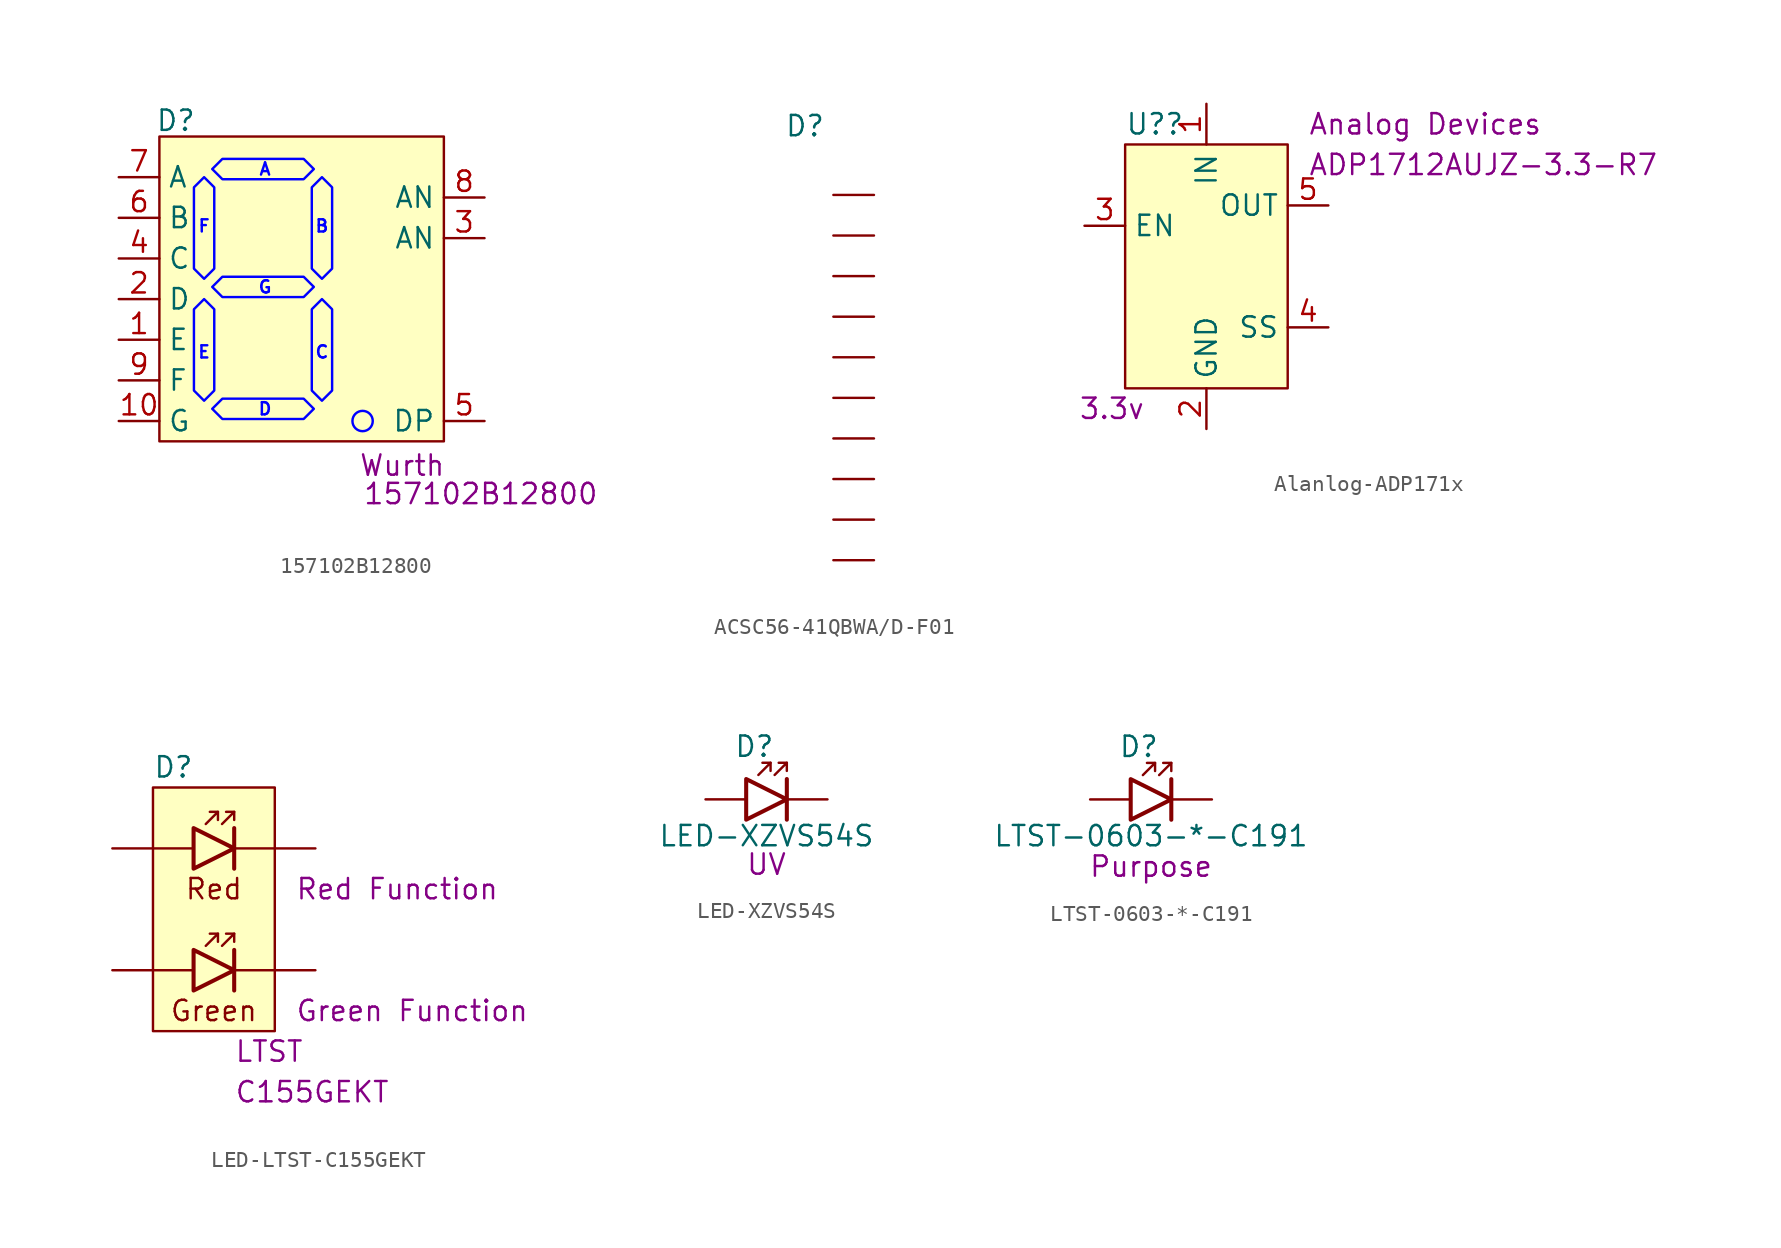
<source format=kicad_sym>
(kicad_symbol_lib
  (version 20231120)
  (generator "kicad_symbol_editor")
  (generator_version "8.0")
  (symbol "157102B12800"
    (property "Reference" "D"
      (at -9.144 10.414 0)
      (effects (font (size 1.27 1.27)) (justify left bottom)))
    (property "Value" ""
      (at -11.43 -2.54 0)
      (effects (font (size 1.27 1.27))))
    (property "Manufacturer" "Wurth"
      (at 3.556 -9.652 0)
      (effects (font (size 1.27 1.27)) (justify left top)))
    (property "MPN" "157102B12800"
      (at 3.81 -11.43 0)
      (effects (font (size 1.27 1.27)) (justify left top)))
    (symbol "157102B12800_0_0"
      (pin unspecified line (at -11.43 -2.54 0) (length 2.54) (name "E" (effects (font (size 1.27 1.27)))) (number "1" (effects (font (size 1.27 1.27)))))
      (pin unspecified line (at -11.43 -7.62 0) (length 2.54) (name "G" (effects (font (size 1.27 1.27)))) (number "10" (effects (font (size 1.27 1.27)))))
      (pin unspecified line (at -11.43 0 0) (length 2.54) (name "D" (effects (font (size 1.27 1.27)))) (number "2" (effects (font (size 1.27 1.27)))))
      (pin unspecified line (at -11.43 2.54 0) (length 2.54) (name "C" (effects (font (size 1.27 1.27)))) (number "4" (effects (font (size 1.27 1.27)))))
      (pin unspecified line (at 11.43 -7.62 180) (length 2.54) (name "DP" (effects (font (size 1.27 1.27)))) (number "5" (effects (font (size 1.27 1.27)))))
      (pin unspecified line (at -11.43 5.08 0) (length 2.54) (name "B" (effects (font (size 1.27 1.27)))) (number "6" (effects (font (size 1.27 1.27)))))
      (pin unspecified line (at -11.43 -5.08 0) (length 2.54) (name "F" (effects (font (size 1.27 1.27)))) (number "9" (effects (font (size 1.27 1.27))))))
    (symbol "157102B12800_0_1"
      (polyline (pts (xy -6.096 -6.35) (xy -6.731 -5.715) (xy -6.731 -0.635) (xy -6.096 0) (xy -5.461 -0.635) (xy -5.461 -5.715) (xy -6.096 -6.35)) (stroke (width 0) (type default) (color 0 0 255 1)) (fill (type none)))
      (polyline (pts (xy -6.096 1.27) (xy -6.731 1.905) (xy -6.731 6.985) (xy -6.096 7.62) (xy -5.461 6.985) (xy -5.461 1.905) (xy -6.096 1.27)) (stroke (width 0) (type default) (color 0 0 255 1)) (fill (type none)))
      (polyline (pts (xy -5.588 -6.858) (xy -4.953 -6.223) (xy 0.127 -6.223) (xy 0.762 -6.858) (xy 0.127 -7.493) (xy -4.953 -7.493) (xy -5.588 -6.858)) (stroke (width 0) (type default) (color 0 0 255 1)) (fill (type none)))
      (polyline (pts (xy -5.588 0.762) (xy -4.953 1.397) (xy 0.127 1.397) (xy 0.762 0.762) (xy 0.127 0.127) (xy -4.953 0.127) (xy -5.588 0.762)) (stroke (width 0) (type default) (color 0 0 255 1)) (fill (type none)))
      (polyline (pts (xy -5.588 8.128) (xy -4.953 8.763) (xy 0.127 8.763) (xy 0.762 8.128) (xy 0.127 7.493) (xy -4.953 7.493) (xy -5.588 8.128)) (stroke (width 0) (type default) (color 0 0 255 1)) (fill (type none)))
      (polyline (pts (xy 1.27 -6.35) (xy 0.635 -5.715) (xy 0.635 -0.635) (xy 1.27 0) (xy 1.905 -0.635) (xy 1.905 -5.715) (xy 1.27 -6.35)) (stroke (width 0) (type default) (color 0 0 255 1)) (fill (type none)))
      (polyline (pts (xy 1.27 1.27) (xy 0.635 1.905) (xy 0.635 6.985) (xy 1.27 7.62) (xy 1.905 6.985) (xy 1.905 1.905) (xy 1.27 1.27)) (stroke (width 0) (type default) (color 0 0 255 1)) (fill (type none)))
      (circle (center 3.81 -7.62) (radius 0.635) (stroke (width 0) (type default) (color 0 0 255 1)) (fill (type none))))
    (symbol "157102B12800_1_0"
      (pin unspecified line (at 11.43 3.81 180) (length 2.54) (name "AN" (effects (font (size 1.27 1.27)))) (number "3" (effects (font (size 1.27 1.27)))))
      (pin unspecified line (at -11.43 7.62 0) (length 2.54) (name "A" (effects (font (size 1.27 1.27)))) (number "7" (effects (font (size 1.27 1.27)))))
      (pin unspecified line (at 11.43 6.35 180) (length 2.54) (name "AN" (effects (font (size 1.27 1.27)))) (number "8" (effects (font (size 1.27 1.27))))))
    (symbol "157102B12800_1_1"
      (rectangle (start -8.89 10.16) (end 8.89 -8.89) (stroke (width 0) (type default)) (fill (type background)))
      (text "A" (at -2.286 8.128 0) (effects (font (size 0.762 0.762) (color 0 0 255 1))))
      (text "B" (at 1.27 4.572 0) (effects (font (size 0.762 0.762) (color 0 0 255 1))))
      (text "C" (at 1.27 -3.302 0) (effects (font (size 0.762 0.762) (color 0 0 255 1))))
      (text "D" (at -2.286 -6.858 0) (effects (font (size 0.762 0.762) (color 0 0 255 1))))
      (text "E\n" (at -6.096 -3.302 0) (effects (font (size 0.762 0.762) (color 0 0 255 1))))
      (text "F" (at -6.096 4.572 0) (effects (font (size 0.762 0.762) (color 0 0 255 1))))
      (text "G" (at -2.286 0.762 0) (effects (font (size 0.762 0.762) (color 0 0 255 1))))))
  (symbol "ACSC56-41QBWA/D-F01"
    (property "Reference" "D"
      (at -1.778 4.318 0)
      (effects (font (size 1.27 1.27))))
    (property "Value" ""
      (at 0 0 0)
      (effects (font (size 1.27 1.27))))
    (symbol "ACSC56-41QBWA/D-F01_0_0"
      (pin unspecified line (at 0 -22.86 0) (length 2.54) (name "" (effects (font (size 1.27 1.27)))) (number "" (effects (font (size 1.27 1.27)))))
      (pin unspecified line (at 0 -20.32 0) (length 2.54) (name "" (effects (font (size 1.27 1.27)))) (number "" (effects (font (size 1.27 1.27)))))
      (pin unspecified line (at 0 -17.78 0) (length 2.54) (name "" (effects (font (size 1.27 1.27)))) (number "" (effects (font (size 1.27 1.27)))))
      (pin unspecified line (at 0 -15.24 0) (length 2.54) (name "" (effects (font (size 1.27 1.27)))) (number "" (effects (font (size 1.27 1.27)))))
      (pin unspecified line (at 0 -12.7 0) (length 2.54) (name "" (effects (font (size 1.27 1.27)))) (number "" (effects (font (size 1.27 1.27)))))
      (pin unspecified line (at 0 -10.16 0) (length 2.54) (name "" (effects (font (size 1.27 1.27)))) (number "" (effects (font (size 1.27 1.27)))))
      (pin unspecified line (at 0 -7.62 0) (length 2.54) (name "" (effects (font (size 1.27 1.27)))) (number "" (effects (font (size 1.27 1.27)))))
      (pin unspecified line (at 0 -5.08 0) (length 2.54) (name "" (effects (font (size 1.27 1.27)))) (number "" (effects (font (size 1.27 1.27)))))
      (pin unspecified line (at 0 -2.54 0) (length 2.54) (name "" (effects (font (size 1.27 1.27)))) (number "" (effects (font (size 1.27 1.27)))))
      (pin unspecified line (at 0 0 0) (length 2.54) (name "" (effects (font (size 1.27 1.27)))) (number "" (effects (font (size 1.27 1.27)))))))
  (symbol "Alanlog-ADP171x"
    (property "Reference" "U?"
      (at -5.08 8.89 0)
      (effects (font (size 1.27 1.27)) (justify left)))
    (property "Manufacturer" "Analog Devices"
      (at 6.35 8.89 0)
      (effects (font (size 1.27 1.27)) (justify left)))
    (property "MPN" "ADP1712AUJZ-3.3-R7"
      (at 6.35 6.35 0)
      (effects (font (size 1.27 1.27)) (justify left)))
    (property "Voltage" "3.3v"
      (at -3.81 -8.89 0)
      (effects (font (size 1.27 1.27)) (justify right)))
    (symbol "Alanlog-ADP171x_0_0"
      (pin power_in line (at 0 10.16 270) (length 2.54) (name "IN" (effects (font (size 1.27 1.27)))) (number "1" (effects (font (size 1.27 1.27)))))
      (pin power_in line (at 0 -10.16 90) (length 2.54) (name "GND" (effects (font (size 1.27 1.27)))) (number "2" (effects (font (size 1.27 1.27)))))
      (pin input line (at -7.62 2.54 0) (length 2.54) (name "EN" (effects (font (size 1.27 1.27)))) (number "3" (effects (font (size 1.27 1.27)))))
      (pin bidirectional line (at 7.62 -3.81 180) (length 2.54) (name "SS" (effects (font (size 1.27 1.27)))) (number "4" (effects (font (size 1.27 1.27)))))
      (pin power_out line (at 7.62 3.81 180) (length 2.54) (name "OUT" (effects (font (size 1.27 1.27)))) (number "5" (effects (font (size 1.27 1.27))))))
    (symbol "Alanlog-ADP171x_0_1"
      (rectangle (start -5.08 7.62) (end 5.08 -7.62) (stroke (width 0.152) (type default)) (fill (type background)))))
  (symbol "LED-LTST-C155GEKT"
    (pin_numbers hide)
    (pin_names hide)
    (property "Reference" "D"
      (at -3.81 8.89 0)
      (effects (font (size 1.27 1.27)) (justify left)))
    (property "Red" "Red Function"
      (at 5.08 1.27 0)
      (effects (font (size 1.27 1.27)) (justify left)))
    (property "Green" "Green Function"
      (at 5.08 -6.35 0)
      (effects (font (size 1.27 1.27)) (justify left)))
    (property "Manufacturer" "LTST"
      (at 1.27 -8.89 0)
      (effects (font (size 1.27 1.27)) (justify left)))
    (property "MPN" "C155GEKT"
      (at 1.27 -11.43 0)
      (effects (font (size 1.27 1.27)) (justify left)))
    (symbol "LED-LTST-C155GEKT_0_0"
      (rectangle (start -3.81 7.62) (end 3.81 -7.62) (stroke (width 0) (type default)) (fill (type background)))
      (text "Green" (at 0 -6.35 0) (effects (font (size 1.27 1.27))))
      (text "Red" (at 0 1.27 0) (effects (font (size 1.27 1.27)))))
    (symbol "LED-LTST-C155GEKT_0_1"
      (polyline (pts (xy 1.27 -1.524) (xy 0.762 -1.524)) (stroke (width 0) (type default)) (fill (type none)))
      (polyline (pts (xy 1.27 6.096) (xy 0.762 6.096)) (stroke (width 0) (type default)) (fill (type none)))
      (polyline (pts (xy 0.508 -2.286) (xy 1.27 -1.524) (xy 1.27 -2.032)) (stroke (width 0) (type default)) (fill (type none)))
      (polyline (pts (xy 0.508 5.334) (xy 1.27 6.096) (xy 1.27 5.588)) (stroke (width 0) (type default)) (fill (type none))))
    (symbol "LED-LTST-C155GEKT_1_1"
      (polyline (pts (xy 0.254 -1.524) (xy -0.254 -1.524)) (stroke (width 0) (type default)) (fill (type none)))
      (polyline (pts (xy 0.254 6.096) (xy -0.254 6.096)) (stroke (width 0) (type default)) (fill (type none)))
      (polyline (pts (xy 1.27 -5.08) (xy 1.27 -2.54)) (stroke (width 0.254) (type default)) (fill (type none)))
      (polyline (pts (xy 1.27 2.54) (xy 1.27 5.08)) (stroke (width 0.254) (type default)) (fill (type none)))
      (polyline (pts (xy -0.508 -2.286) (xy 0.254 -1.524) (xy 0.254 -2.032)) (stroke (width 0) (type default)) (fill (type none)))
      (polyline (pts (xy -0.508 5.334) (xy 0.254 6.096) (xy 0.254 5.588)) (stroke (width 0) (type default)) (fill (type none)))
      (polyline (pts (xy -1.27 -2.54) (xy 1.27 -3.81) (xy -1.27 -5.08) (xy -1.27 -2.54)) (stroke (width 0.254) (type default)) (fill (type none)))
      (polyline (pts (xy -1.27 5.08) (xy 1.27 3.81) (xy -1.27 2.54) (xy -1.27 5.08)) (stroke (width 0.254) (type default)) (fill (type none)))
      (pin passive line (at -6.35 3.81 0) (length 5.08) (name "" (effects (font (size 1.27 1.27)))) (number "1" (effects (font (size 1.27 1.27)))))
      (pin passive line (at -6.35 -3.81 0) (length 5.08) (name "" (effects (font (size 1.27 1.27)))) (number "2" (effects (font (size 1.27 1.27)))))
      (pin passive line (at 6.35 3.81 180) (length 5.08) (name "" (effects (font (size 1.27 1.27)))) (number "3" (effects (font (size 1.27 1.27)))))
      (pin passive line (at 6.35 -3.81 180) (length 5.08) (name "" (effects (font (size 1.27 1.27)))) (number "4" (effects (font (size 1.27 1.27)))))))
  (symbol "LED-XZVS54S"
    (pin_numbers hide)
    (pin_names
      (offset 1.016) hide)
    (property "Reference" "D"
      (at -0.762 3.302 0)
      (effects (font (size 1.27 1.27))))
    (property "Value" "LED-XZVS54S"
      (at 0 -2.286 0)
      (effects (font (size 1.27 1.27))))
    (property "Color" "UV"
      (at 0 -4.064 0)
      (effects (font (size 1.27 1.27))))
    (symbol "LED-XZVS54S_0_1"
      (polyline (pts (xy 1.27 2.286) (xy 0.762 2.286)) (stroke (width 0) (type default)) (fill (type none)))
      (polyline (pts (xy 0.508 1.524) (xy 1.27 2.286) (xy 1.27 1.778)) (stroke (width 0) (type default)) (fill (type none))))
    (symbol "LED-XZVS54S_1_1"
      (polyline (pts (xy 0.254 2.286) (xy -0.254 2.286)) (stroke (width 0) (type default)) (fill (type none)))
      (polyline (pts (xy 1.27 -1.27) (xy 1.27 1.27)) (stroke (width 0.254) (type default)) (fill (type none)))
      (polyline (pts (xy -0.508 1.524) (xy 0.254 2.286) (xy 0.254 1.778)) (stroke (width 0) (type default)) (fill (type none)))
      (polyline (pts (xy -1.27 1.27) (xy 1.27 0) (xy -1.27 -1.27) (xy -1.27 1.27)) (stroke (width 0.254) (type default)) (fill (type none)))
      (pin passive line (at -3.81 0 0) (length 2.54) (name "A" (effects (font (size 1.27 1.27)))) (number "A" (effects (font (size 1.27 1.27)))))
      (pin passive line (at 3.81 0 180) (length 2.54) (name "C" (effects (font (size 1.27 1.27)))) (number "C" (effects (font (size 1.27 1.27)))))))
  (symbol "LTST-0603-*-C191"
    (pin_numbers hide)
    (pin_names
      (offset 1.016) hide)
    (property "Reference" "D"
      (at -0.762 3.302 0)
      (effects (font (size 1.27 1.27))))
    (property "Value" "LTST-0603-*-C191"
      (at 0 -2.286 0)
      (effects (font (size 1.27 1.27))))
    (property "LEDPurpose" "Purpose"
      (at 0 -4.191 0)
      (effects (font (size 1.27 1.27))))
    (symbol "LTST-0603-*-C191_0_1"
      (polyline (pts (xy 1.27 2.286) (xy 0.762 2.286)) (stroke (width 0) (type default)) (fill (type none)))
      (polyline (pts (xy 0.508 1.524) (xy 1.27 2.286) (xy 1.27 1.778)) (stroke (width 0) (type default)) (fill (type none))))
    (symbol "LTST-0603-*-C191_1_1"
      (polyline (pts (xy 0.254 2.286) (xy -0.254 2.286)) (stroke (width 0) (type default)) (fill (type none)))
      (polyline (pts (xy 1.27 -1.27) (xy 1.27 1.27)) (stroke (width 0.254) (type default)) (fill (type none)))
      (polyline (pts (xy -0.508 1.524) (xy 0.254 2.286) (xy 0.254 1.778)) (stroke (width 0) (type default)) (fill (type none)))
      (polyline (pts (xy -1.27 1.27) (xy 1.27 0) (xy -1.27 -1.27) (xy -1.27 1.27)) (stroke (width 0.254) (type default)) (fill (type none)))
      (pin passive line (at -3.81 0 0) (length 2.54) (name "A" (effects (font (size 1.27 1.27)))) (number "A" (effects (font (size 1.27 1.27)))))
      (pin passive line (at 3.81 0 180) (length 2.54) (name "C" (effects (font (size 1.27 1.27)))) (number "C" (effects (font (size 1.27 1.27))))))))
</source>
